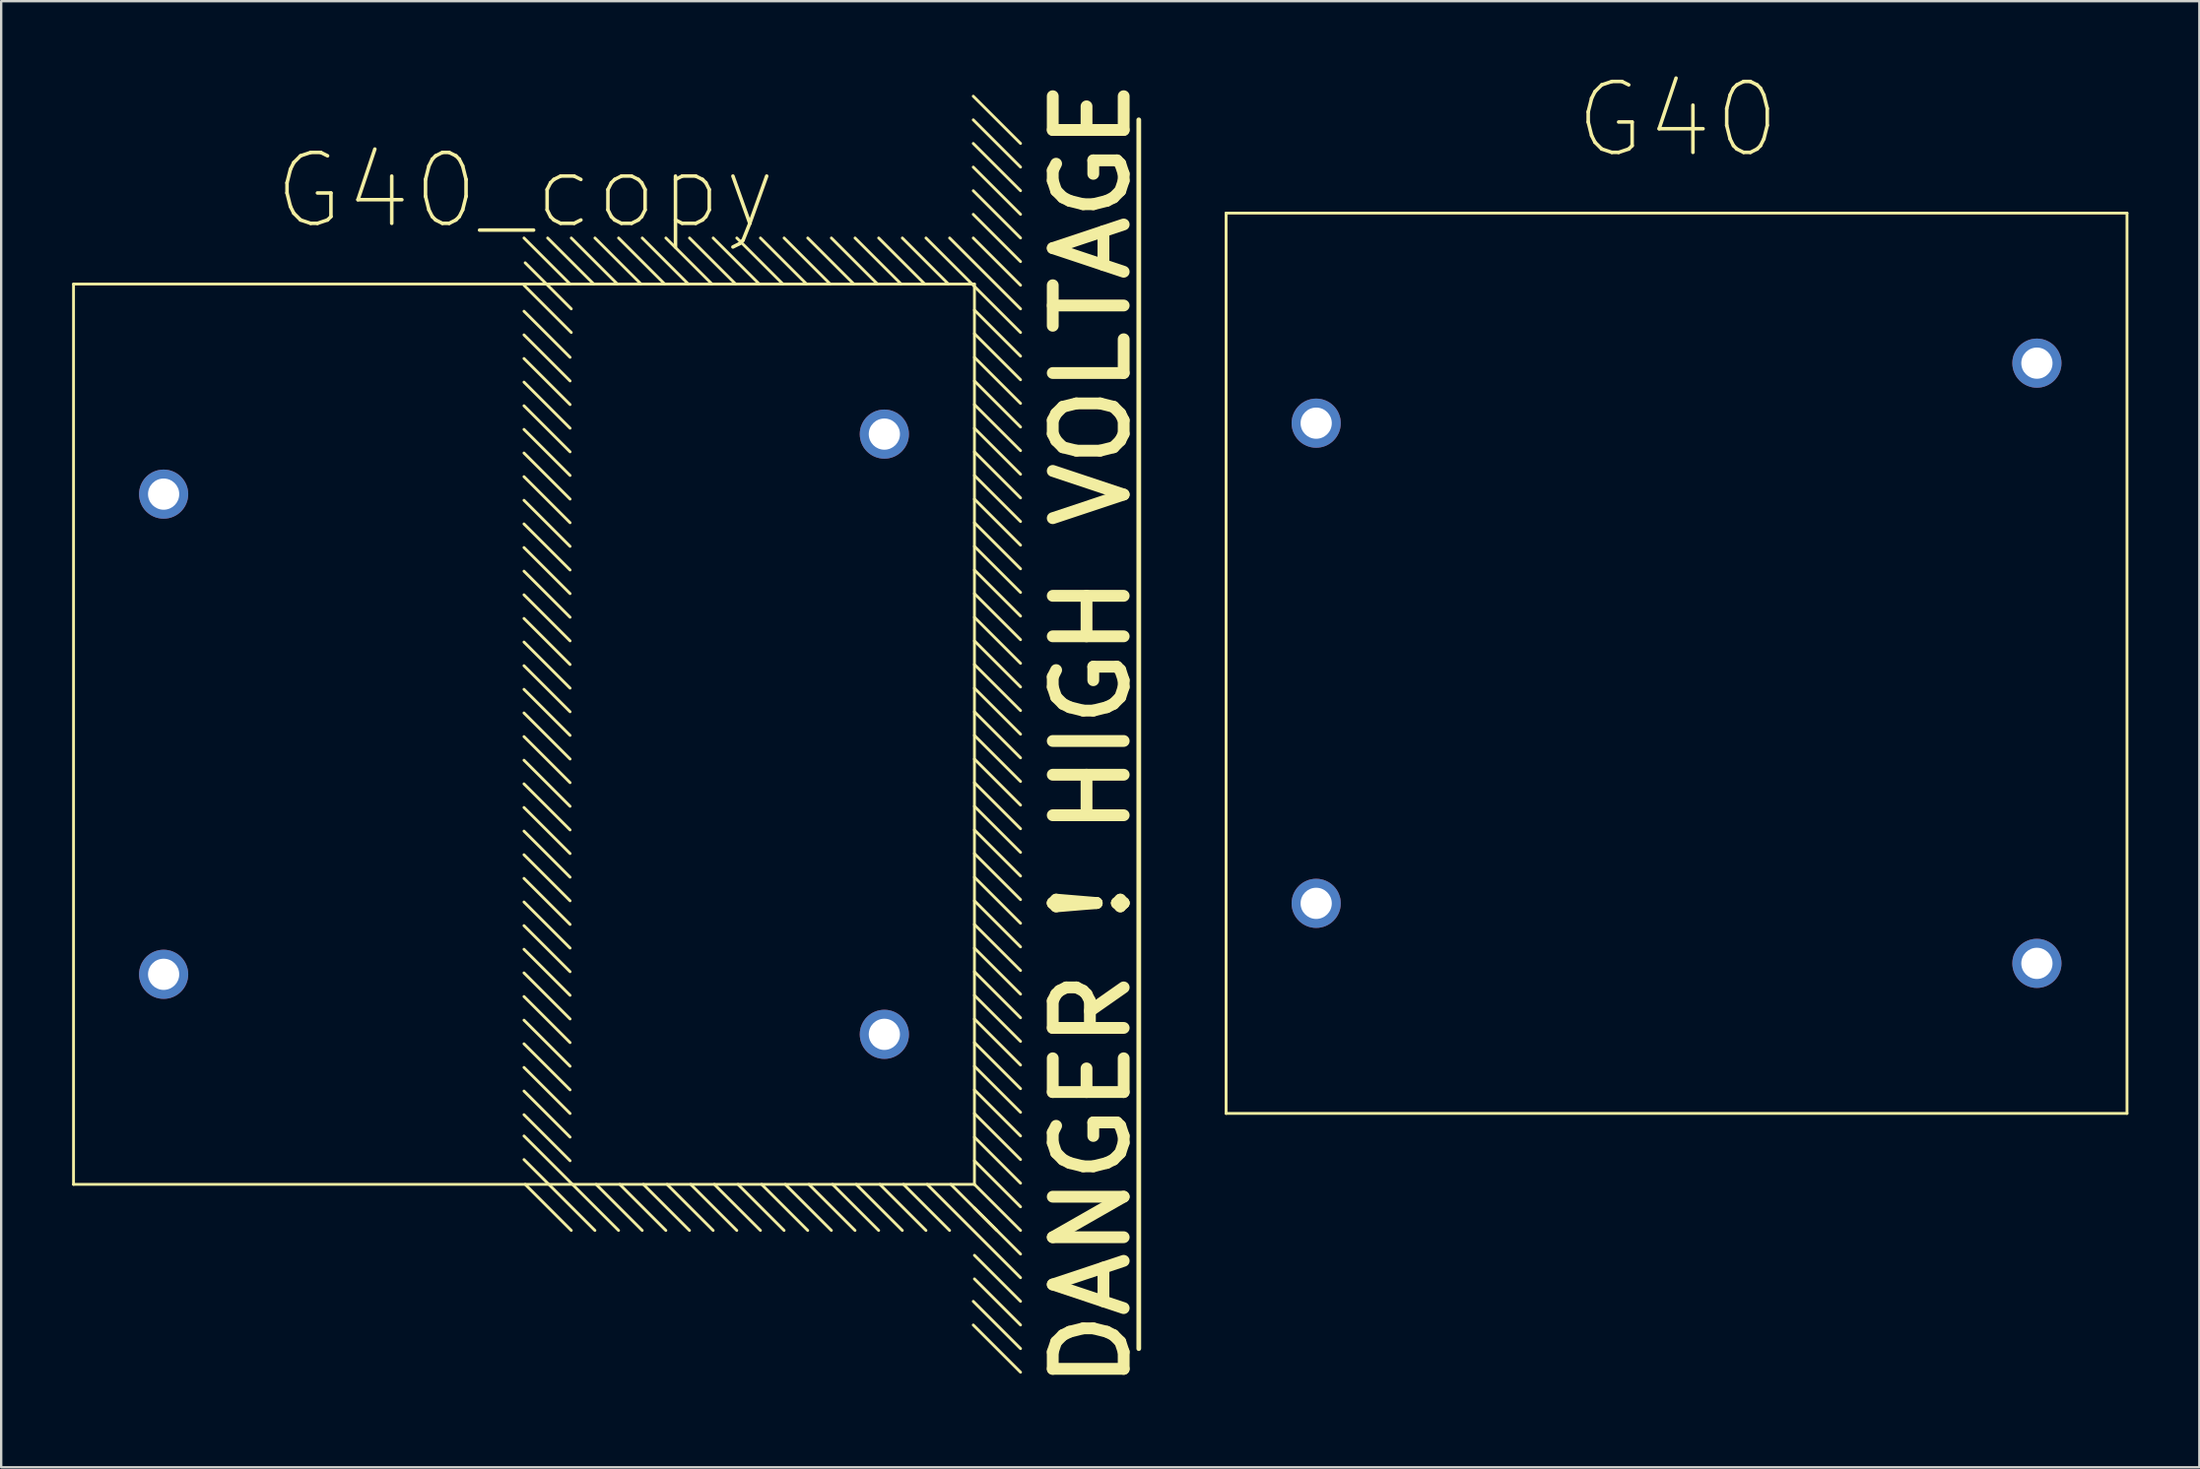
<source format=kicad_pcb>
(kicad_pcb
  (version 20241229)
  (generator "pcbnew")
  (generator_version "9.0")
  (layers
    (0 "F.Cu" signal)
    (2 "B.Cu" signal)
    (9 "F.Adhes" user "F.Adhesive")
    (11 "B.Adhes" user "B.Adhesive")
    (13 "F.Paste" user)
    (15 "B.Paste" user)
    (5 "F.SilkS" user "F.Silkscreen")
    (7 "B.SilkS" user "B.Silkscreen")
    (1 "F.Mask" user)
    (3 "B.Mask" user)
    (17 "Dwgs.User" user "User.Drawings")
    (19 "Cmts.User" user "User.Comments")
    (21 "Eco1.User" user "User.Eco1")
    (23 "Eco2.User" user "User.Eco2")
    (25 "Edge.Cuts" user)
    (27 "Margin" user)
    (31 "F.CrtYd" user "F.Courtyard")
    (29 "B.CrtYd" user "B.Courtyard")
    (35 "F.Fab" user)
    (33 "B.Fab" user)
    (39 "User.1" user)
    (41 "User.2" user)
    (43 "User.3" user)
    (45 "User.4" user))
  (footprint "G40"
    (layer "F.Cu")
    (at 67.853 25.018)
    (property "Reference" "G40" (at 0.05 -23 0) (layer "F.SilkS") (effects (font (size 3 3) (thickness 0.15))))
    (attr through_hole)
    (fp_line (start -19.05 -19.05) (end 19.05 -19.05) (stroke (width 0.12) (type solid)) (layer "F.SilkS"))
    (fp_line (start -19.05 19.05) (end -19.05 -19.05) (stroke (width 0.12) (type solid)) (layer "F.SilkS"))
    (fp_line (start -19.05 19.05) (end 19.05 19.05) (stroke (width 0.12) (type solid)) (layer "F.SilkS"))
    (fp_line (start 19.05 -19.05) (end 19.05 19.05) (stroke (width 0.12) (type solid)) (layer "F.SilkS"))
    (pad "1" thru_hole circle (at -15.24 10.16) (size 2.08 2.08) (drill 1.32) (layers "*.Cu" "*.Mask"))
    (pad "2" thru_hole circle (at -15.24 -10.16) (size 2.08 2.08) (drill 1.32) (layers "*.Cu" "*.Mask"))
    (pad "3" thru_hole circle (at 15.24 12.7) (size 2.08 2.08) (drill 1.32) (layers "*.Cu" "*.Mask"))
    (pad "4" thru_hole circle (at 15.24 -12.7) (size 2.08 2.08) (drill 1.32) (layers "*.Cu" "*.Mask")))
  (footprint "G40_copy"
    (layer "F.Cu")
    (at 19.11 28.021)
    (property "Reference" "G40_copy" (at 0.05 -23 0) (layer "F.SilkS") (effects (font (size 3 3) (thickness 0.15))))
    (attr through_hole)
    (fp_line (start -19.05 -19.05) (end 19.05 -19.05) (stroke (width 0.12) (type solid)) (layer "F.SilkS"))
    (fp_line (start -19.05 19.05) (end -19.05 -19.05) (stroke (width 0.12) (type solid)) (layer "F.SilkS"))
    (fp_line (start -19.05 19.05) (end 19.05 19.05) (stroke (width 0.12) (type solid)) (layer "F.SilkS"))
    (fp_line (start 0 -21) (end 1.95 -19.05) (stroke (width 0.12) (type solid)) (layer "F.SilkS"))
    (fp_line (start 0 -19) (end 2 -17) (stroke (width 0.12) (type solid)) (layer "F.SilkS"))
    (fp_line (start 0 -17.9) (end 1.95 -15.95) (stroke (width 0.12) (type solid)) (layer "F.SilkS"))
    (fp_line (start 0 -16.9) (end 1.95 -14.95) (stroke (width 0.12) (type solid)) (layer "F.SilkS"))
    (fp_line (start 0 -15.9) (end 1.95 -13.95) (stroke (width 0.12) (type solid)) (layer "F.SilkS"))
    (fp_line (start 0 -14.9) (end 1.95 -12.95) (stroke (width 0.12) (type solid)) (layer "F.SilkS"))
    (fp_line (start 0 -13.9) (end 1.95 -11.95) (stroke (width 0.12) (type solid)) (layer "F.SilkS"))
    (fp_line (start 0 -12.9) (end 1.95 -10.95) (stroke (width 0.12) (type solid)) (layer "F.SilkS"))
    (fp_line (start 0 -11.9) (end 1.95 -9.95) (stroke (width 0.12) (type solid)) (layer "F.SilkS"))
    (fp_line (start 0 -10.9) (end 1.95 -8.95) (stroke (width 0.12) (type solid)) (layer "F.SilkS"))
    (fp_line (start 0 -9.9) (end 1.95 -7.95) (stroke (width 0.12) (type solid)) (layer "F.SilkS"))
    (fp_line (start 0 -8.9) (end 1.95 -6.95) (stroke (width 0.12) (type solid)) (layer "F.SilkS"))
    (fp_line (start 0 -7.9) (end 1.95 -5.95) (stroke (width 0.12) (type solid)) (layer "F.SilkS"))
    (fp_line (start 0 -6.9) (end 1.95 -4.95) (stroke (width 0.12) (type solid)) (layer "F.SilkS"))
    (fp_line (start 0 -5.9) (end 1.95 -3.95) (stroke (width 0.12) (type solid)) (layer "F.SilkS"))
    (fp_line (start 0 -4.9) (end 1.95 -2.95) (stroke (width 0.12) (type solid)) (layer "F.SilkS"))
    (fp_line (start 0 -3.9) (end 1.95 -1.95) (stroke (width 0.12) (type solid)) (layer "F.SilkS"))
    (fp_line (start 0 -2.9) (end 1.95 -0.95) (stroke (width 0.12) (type solid)) (layer "F.SilkS"))
    (fp_line (start 0 -1.9) (end 1.95 0.05) (stroke (width 0.12) (type solid)) (layer "F.SilkS"))
    (fp_line (start 0 -0.9) (end 1.95 1.05) (stroke (width 0.12) (type solid)) (layer "F.SilkS"))
    (fp_line (start 0 0.1) (end 1.95 2.05) (stroke (width 0.12) (type solid)) (layer "F.SilkS"))
    (fp_line (start 0 1.1) (end 1.95 3.05) (stroke (width 0.12) (type solid)) (layer "F.SilkS"))
    (fp_line (start 0 2.1) (end 1.95 4.05) (stroke (width 0.12) (type solid)) (layer "F.SilkS"))
    (fp_line (start 0 3.1) (end 1.95 5.05) (stroke (width 0.12) (type solid)) (layer "F.SilkS"))
    (fp_line (start 0 4.1) (end 1.95 6.05) (stroke (width 0.12) (type solid)) (layer "F.SilkS"))
    (fp_line (start 0 5.1) (end 1.95 7.05) (stroke (width 0.12) (type solid)) (layer "F.SilkS"))
    (fp_line (start 0 6.1) (end 1.95 8.05) (stroke (width 0.12) (type solid)) (layer "F.SilkS"))
    (fp_line (start 0 7.1) (end 1.95 9.05) (stroke (width 0.12) (type solid)) (layer "F.SilkS"))
    (fp_line (start 0 8.1) (end 1.95 10.05) (stroke (width 0.12) (type solid)) (layer "F.SilkS"))
    (fp_line (start 0 9.1) (end 1.95 11.05) (stroke (width 0.12) (type solid)) (layer "F.SilkS"))
    (fp_line (start 0 10.1) (end 1.95 12.05) (stroke (width 0.12) (type solid)) (layer "F.SilkS"))
    (fp_line (start 0 11.1) (end 1.95 13.05) (stroke (width 0.12) (type solid)) (layer "F.SilkS"))
    (fp_line (start 0 12.1) (end 1.95 14.05) (stroke (width 0.12) (type solid)) (layer "F.SilkS"))
    (fp_line (start 0 13.1) (end 1.95 15.05) (stroke (width 0.12) (type solid)) (layer "F.SilkS"))
    (fp_line (start 0 14.1) (end 1.95 16.05) (stroke (width 0.12) (type solid)) (layer "F.SilkS"))
    (fp_line (start 0 15.1) (end 1.95 17.05) (stroke (width 0.12) (type solid)) (layer "F.SilkS"))
    (fp_line (start 0 16.1) (end 1.95 18.05) (stroke (width 0.12) (type solid)) (layer "F.SilkS"))
    (fp_line (start 0 17) (end 4 21) (stroke (width 0.12) (type solid)) (layer "F.SilkS"))
    (fp_line (start 0 18) (end 3 21) (stroke (width 0.12) (type solid)) (layer "F.SilkS"))
    (fp_line (start 0.05 -19.95) (end 2 -18) (stroke (width 0.12) (type solid)) (layer "F.SilkS"))
    (fp_line (start 0.05 19.05) (end 2 21) (stroke (width 0.12) (type solid)) (layer "F.SilkS"))
    (fp_line (start 1 -21) (end 2.95 -19.05) (stroke (width 0.12) (type solid)) (layer "F.SilkS"))
    (fp_line (start 2 -21) (end 3.95 -19.05) (stroke (width 0.12) (type solid)) (layer "F.SilkS"))
    (fp_line (start 3 -21) (end 4.95 -19.05) (stroke (width 0.12) (type solid)) (layer "F.SilkS"))
    (fp_line (start 3.05 19.05) (end 5 21) (stroke (width 0.12) (type solid)) (layer "F.SilkS"))
    (fp_line (start 4 -21) (end 5.95 -19.05) (stroke (width 0.12) (type solid)) (layer "F.SilkS"))
    (fp_line (start 4.05 19.05) (end 6 21) (stroke (width 0.12) (type solid)) (layer "F.SilkS"))
    (fp_line (start 5 -21) (end 6.95 -19.05) (stroke (width 0.12) (type solid)) (layer "F.SilkS"))
    (fp_line (start 5.05 19.05) (end 7 21) (stroke (width 0.12) (type solid)) (layer "F.SilkS"))
    (fp_line (start 6 -21) (end 7.95 -19.05) (stroke (width 0.12) (type solid)) (layer "F.SilkS"))
    (fp_line (start 6.05 19.05) (end 8 21) (stroke (width 0.12) (type solid)) (layer "F.SilkS"))
    (fp_line (start 7 -21) (end 8.95 -19.05) (stroke (width 0.12) (type solid)) (layer "F.SilkS"))
    (fp_line (start 7.05 19.05) (end 9 21) (stroke (width 0.12) (type solid)) (layer "F.SilkS"))
    (fp_line (start 8 -21) (end 9.95 -19.05) (stroke (width 0.12) (type solid)) (layer "F.SilkS"))
    (fp_line (start 8.05 19.05) (end 10 21) (stroke (width 0.12) (type solid)) (layer "F.SilkS"))
    (fp_line (start 9 -21) (end 10.95 -19.05) (stroke (width 0.12) (type solid)) (layer "F.SilkS"))
    (fp_line (start 9.05 19.05) (end 11 21) (stroke (width 0.12) (type solid)) (layer "F.SilkS"))
    (fp_line (start 10 -21) (end 11.95 -19.05) (stroke (width 0.12) (type solid)) (layer "F.SilkS"))
    (fp_line (start 10.05 19.05) (end 12 21) (stroke (width 0.12) (type solid)) (layer "F.SilkS"))
    (fp_line (start 11 -21) (end 12.95 -19.05) (stroke (width 0.12) (type solid)) (layer "F.SilkS"))
    (fp_line (start 11.05 19.05) (end 13 21) (stroke (width 0.12) (type solid)) (layer "F.SilkS"))
    (fp_line (start 12 -21) (end 13.95 -19.05) (stroke (width 0.12) (type solid)) (layer "F.SilkS"))
    (fp_line (start 12.05 19.05) (end 14 21) (stroke (width 0.12) (type solid)) (layer "F.SilkS"))
    (fp_line (start 13 -21) (end 14.95 -19.05) (stroke (width 0.12) (type solid)) (layer "F.SilkS"))
    (fp_line (start 13.05 19.05) (end 15 21) (stroke (width 0.12) (type solid)) (layer "F.SilkS"))
    (fp_line (start 14 -21) (end 15.95 -19.05) (stroke (width 0.12) (type solid)) (layer "F.SilkS"))
    (fp_line (start 14.05 19.05) (end 16 21) (stroke (width 0.12) (type solid)) (layer "F.SilkS"))
    (fp_line (start 15 -21) (end 16.95 -19.05) (stroke (width 0.12) (type solid)) (layer "F.SilkS"))
    (fp_line (start 15.05 19.05) (end 17 21) (stroke (width 0.12) (type solid)) (layer "F.SilkS"))
    (fp_line (start 16 -21) (end 17.95 -19.05) (stroke (width 0.12) (type solid)) (layer "F.SilkS"))
    (fp_line (start 16.05 19.05) (end 18 21) (stroke (width 0.12) (type solid)) (layer "F.SilkS"))
    (fp_line (start 17 -21) (end 21 -17) (stroke (width 0.12) (type solid)) (layer "F.SilkS"))
    (fp_line (start 17.05 19.05) (end 21 23) (stroke (width 0.12) (type solid)) (layer "F.SilkS"))
    (fp_line (start 18 -21) (end 21 -18) (stroke (width 0.12) (type solid)) (layer "F.SilkS"))
    (fp_line (start 18.05 19.05) (end 20 21) (stroke (width 0.12) (type solid)) (layer "F.SilkS"))
    (fp_line (start 19 -27) (end 21 -25) (stroke (width 0.12) (type solid)) (layer "F.SilkS"))
    (fp_line (start 19 -26) (end 21 -24) (stroke (width 0.12) (type solid)) (layer "F.SilkS"))
    (fp_line (start 19 -25) (end 21 -23) (stroke (width 0.12) (type solid)) (layer "F.SilkS"))
    (fp_line (start 19 -24) (end 21 -22) (stroke (width 0.12) (type solid)) (layer "F.SilkS"))
    (fp_line (start 19 -23) (end 21 -21) (stroke (width 0.12) (type solid)) (layer "F.SilkS"))
    (fp_line (start 19 -22) (end 21 -20) (stroke (width 0.12) (type solid)) (layer "F.SilkS"))
    (fp_line (start 19 -21) (end 21 -19) (stroke (width 0.12) (type solid)) (layer "F.SilkS"))
    (fp_line (start 19 24) (end 21 26) (stroke (width 0.12) (type solid)) (layer "F.SilkS"))
    (fp_line (start 19 25) (end 21 27) (stroke (width 0.12) (type solid)) (layer "F.SilkS"))
    (fp_line (start 19.05 -17.95) (end 21 -16) (stroke (width 0.12) (type solid)) (layer "F.SilkS"))
    (fp_line (start 19.05 -16.95) (end 21 -15) (stroke (width 0.12) (type solid)) (layer "F.SilkS"))
    (fp_line (start 19.05 -15.95) (end 21 -14) (stroke (width 0.12) (type solid)) (layer "F.SilkS"))
    (fp_line (start 19.05 -14.95) (end 21 -13) (stroke (width 0.12) (type solid)) (layer "F.SilkS"))
    (fp_line (start 19.05 -13.95) (end 21 -12) (stroke (width 0.12) (type solid)) (layer "F.SilkS"))
    (fp_line (start 19.05 -12.95) (end 21 -11) (stroke (width 0.12) (type solid)) (layer "F.SilkS"))
    (fp_line (start 19.05 -11.95) (end 21 -10) (stroke (width 0.12) (type solid)) (layer "F.SilkS"))
    (fp_line (start 19.05 -10.95) (end 21 -9) (stroke (width 0.12) (type solid)) (layer "F.SilkS"))
    (fp_line (start 19.05 -9.95) (end 21 -8) (stroke (width 0.12) (type solid)) (layer "F.SilkS"))
    (fp_line (start 19.05 -8.95) (end 21 -7) (stroke (width 0.12) (type solid)) (layer "F.SilkS"))
    (fp_line (start 19.05 -7.95) (end 21 -6) (stroke (width 0.12) (type solid)) (layer "F.SilkS"))
    (fp_line (start 19.05 -6.95) (end 21 -5) (stroke (width 0.12) (type solid)) (layer "F.SilkS"))
    (fp_line (start 19.05 -5.95) (end 21 -4) (stroke (width 0.12) (type solid)) (layer "F.SilkS"))
    (fp_line (start 19.05 -4.95) (end 21 -3) (stroke (width 0.12) (type solid)) (layer "F.SilkS"))
    (fp_line (start 19.05 -3.95) (end 21 -2) (stroke (width 0.12) (type solid)) (layer "F.SilkS"))
    (fp_line (start 19.05 -2.95) (end 21 -1) (stroke (width 0.12) (type solid)) (layer "F.SilkS"))
    (fp_line (start 19.05 -1.95) (end 21 0) (stroke (width 0.12) (type solid)) (layer "F.SilkS"))
    (fp_line (start 19.05 -0.95) (end 21 1) (stroke (width 0.12) (type solid)) (layer "F.SilkS"))
    (fp_line (start 19.05 0.05) (end 21 2) (stroke (width 0.12) (type solid)) (layer "F.SilkS"))
    (fp_line (start 19.05 1.05) (end 21 3) (stroke (width 0.12) (type solid)) (layer "F.SilkS"))
    (fp_line (start 19.05 2.05) (end 21 4) (stroke (width 0.12) (type solid)) (layer "F.SilkS"))
    (fp_line (start 19.05 3.05) (end 21 5) (stroke (width 0.12) (type solid)) (layer "F.SilkS"))
    (fp_line (start 19.05 4.05) (end 21 6) (stroke (width 0.12) (type solid)) (layer "F.SilkS"))
    (fp_line (start 19.05 5.05) (end 21 7) (stroke (width 0.12) (type solid)) (layer "F.SilkS"))
    (fp_line (start 19.05 6.05) (end 21 8) (stroke (width 0.12) (type solid)) (layer "F.SilkS"))
    (fp_line (start 19.05 7.05) (end 21 9) (stroke (width 0.12) (type solid)) (layer "F.SilkS"))
    (fp_line (start 19.05 8.05) (end 21 10) (stroke (width 0.12) (type solid)) (layer "F.SilkS"))
    (fp_line (start 19.05 9.05) (end 21 11) (stroke (width 0.12) (type solid)) (layer "F.SilkS"))
    (fp_line (start 19.05 10.05) (end 21 12) (stroke (width 0.12) (type solid)) (layer "F.SilkS"))
    (fp_line (start 19.05 11.05) (end 21 13) (stroke (width 0.12) (type solid)) (layer "F.SilkS"))
    (fp_line (start 19.05 12.05) (end 21 14) (stroke (width 0.12) (type solid)) (layer "F.SilkS"))
    (fp_line (start 19.05 13.05) (end 21 15) (stroke (width 0.12) (type solid)) (layer "F.SilkS"))
    (fp_line (start 19.05 14.05) (end 21 16) (stroke (width 0.12) (type solid)) (layer "F.SilkS"))
    (fp_line (start 19.05 15.05) (end 21 17) (stroke (width 0.12) (type solid)) (layer "F.SilkS"))
    (fp_line (start 19.05 16.05) (end 21 18) (stroke (width 0.12) (type solid)) (layer "F.SilkS"))
    (fp_line (start 19.05 17.05) (end 21 19) (stroke (width 0.12) (type solid)) (layer "F.SilkS"))
    (fp_line (start 19.05 18.05) (end 21 20) (stroke (width 0.12) (type solid)) (layer "F.SilkS"))
    (fp_line (start 19.05 19.05) (end 19.05 -19.05) (stroke (width 0.12) (type solid)) (layer "F.SilkS"))
    (fp_line (start 19.05 19.05) (end 21 21) (stroke (width 0.12) (type solid)) (layer "F.SilkS"))
    (fp_line (start 19.05 20.05) (end 21 22) (stroke (width 0.12) (type solid)) (layer "F.SilkS"))
    (fp_line (start 19.05 22.05) (end 21 24) (stroke (width 0.12) (type solid)) (layer "F.SilkS"))
    (fp_line (start 19.05 23.05) (end 21 25) (stroke (width 0.12) (type solid)) (layer "F.SilkS"))
    (fp_line (start 26 -26) (end 26 26) (stroke (width 0.2) (type solid)) (layer "F.SilkS"))
    (fp_text user "DANGER ! HIGH VOLTAGE" (at 24 0 90) (layer "F.SilkS") (effects (font (size 3 3) (thickness 0.5))))
    (pad "1" thru_hole circle (at -15.24 10.16) (size 2.08 2.08) (drill 1.32) (layers "*.Cu" "*.Mask"))
    (pad "2" thru_hole circle (at -15.24 -10.16) (size 2.08 2.08) (drill 1.32) (layers "*.Cu" "*.Mask"))
    (pad "3" thru_hole circle (at 15.24 12.7) (size 2.08 2.08) (drill 1.32) (layers "*.Cu" "*.Mask"))
    (pad "4" thru_hole circle (at 15.24 -12.7) (size 2.08 2.08) (drill 1.32) (layers "*.Cu" "*.Mask")))
  (gr_rect
    (start -3 -3)
    (end 89.963 59.043)
    (stroke (width 0.1) (type default))
    (fill no)
    (layer "Edge.Cuts")))
</source>
